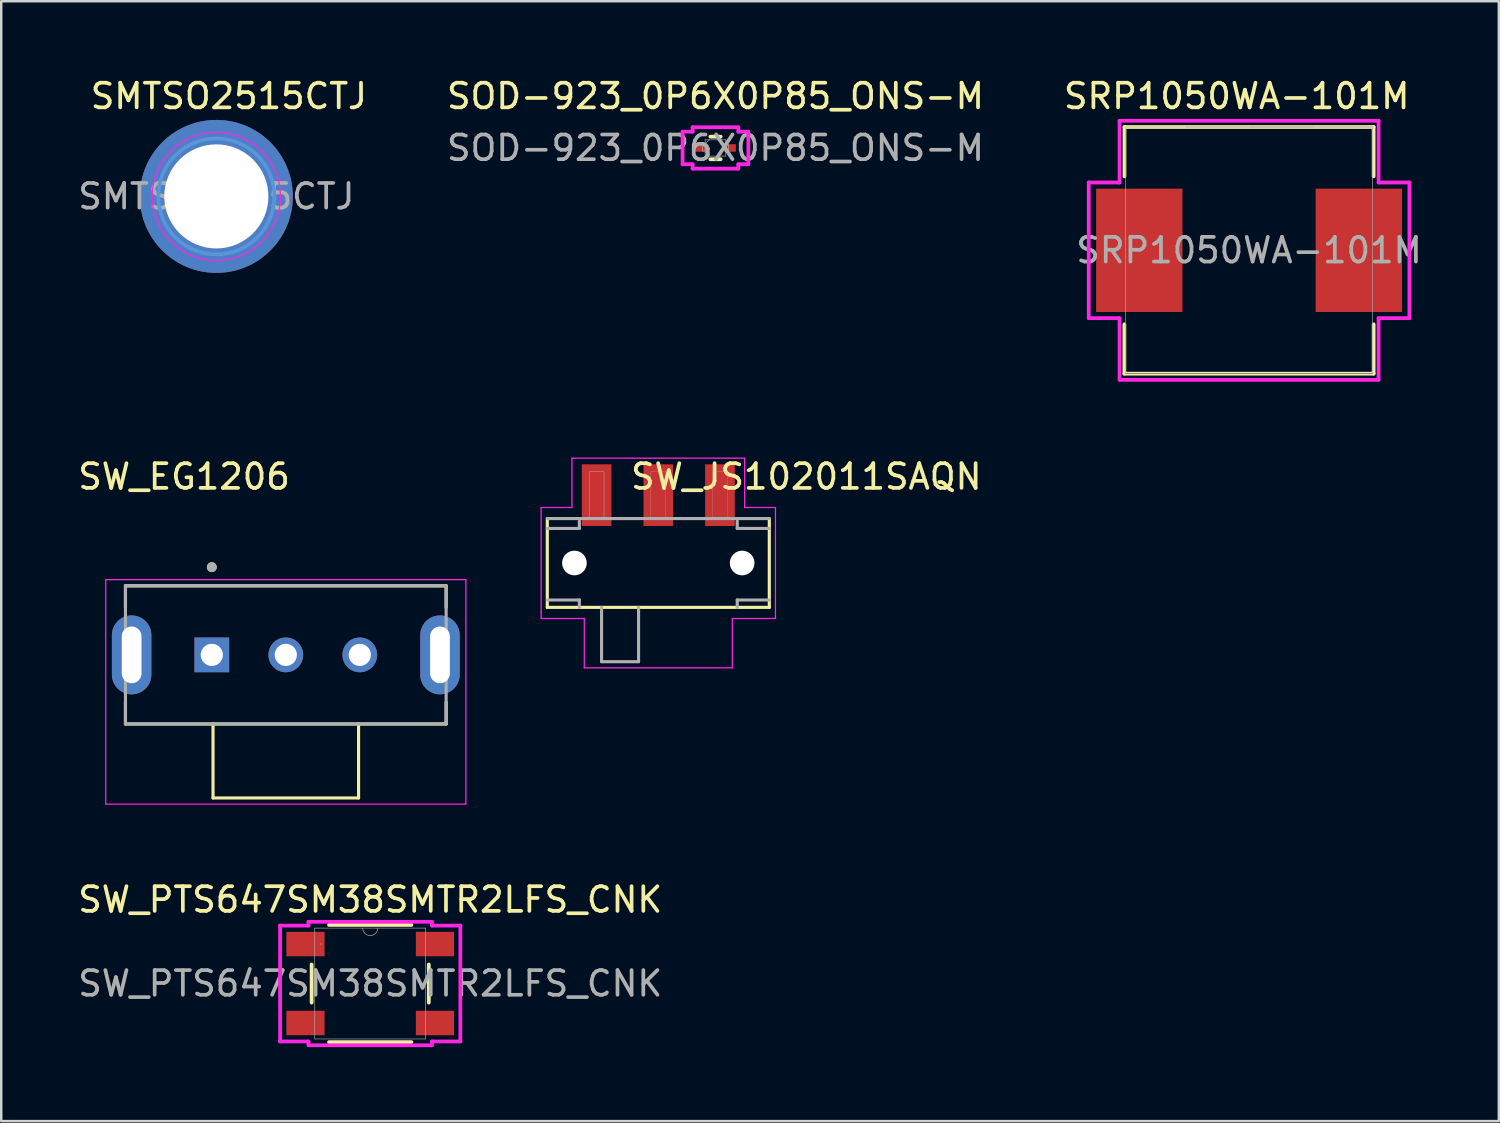
<source format=kicad_pcb>
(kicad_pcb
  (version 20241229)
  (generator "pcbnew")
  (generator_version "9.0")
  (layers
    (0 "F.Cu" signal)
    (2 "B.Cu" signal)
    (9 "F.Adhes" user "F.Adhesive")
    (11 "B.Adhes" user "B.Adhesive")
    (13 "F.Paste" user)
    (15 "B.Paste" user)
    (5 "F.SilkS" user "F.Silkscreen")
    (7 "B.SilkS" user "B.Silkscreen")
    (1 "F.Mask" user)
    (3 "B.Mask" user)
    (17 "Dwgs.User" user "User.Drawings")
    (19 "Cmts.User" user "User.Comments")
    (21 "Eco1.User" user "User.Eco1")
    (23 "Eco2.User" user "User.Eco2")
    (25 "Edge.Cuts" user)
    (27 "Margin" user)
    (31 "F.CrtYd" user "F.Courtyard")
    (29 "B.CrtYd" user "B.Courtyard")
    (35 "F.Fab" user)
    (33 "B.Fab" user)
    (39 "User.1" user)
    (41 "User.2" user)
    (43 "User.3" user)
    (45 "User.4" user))
  (footprint "SW_EG1206"
    (layer "F.Cu")
    (at 8.536 23.498)
    (property "Reference" "SW_EG1206" (at -4.125 -7.225 0) (layer "F.SilkS") (effects (font (size 1 1) (thickness 0.15))))
    (attr through_hole)
    (fp_line (start -6.5 -2.8) (end 6.5 -2.8) (stroke (width 0.127) (type solid)) (layer "F.SilkS"))
    (fp_line (start -6.5 -1.92) (end -6.5 -2.8) (stroke (width 0.127) (type solid)) (layer "F.SilkS"))
    (fp_line (start -6.5 2.8) (end -6.5 1.92) (stroke (width 0.127) (type solid)) (layer "F.SilkS"))
    (fp_line (start -2.95 2.8) (end -6.5 2.8) (stroke (width 0.127) (type solid)) (layer "F.SilkS"))
    (fp_line (start -2.95 2.8) (end -2.95 5.8) (stroke (width 0.127) (type solid)) (layer "F.SilkS"))
    (fp_line (start -2.95 5.8) (end 2.95 5.8) (stroke (width 0.127) (type solid)) (layer "F.SilkS"))
    (fp_line (start 2.95 2.8) (end -2.95 2.8) (stroke (width 0.127) (type solid)) (layer "F.SilkS"))
    (fp_line (start 2.95 5.8) (end 2.95 2.8) (stroke (width 0.127) (type solid)) (layer "F.SilkS"))
    (fp_line (start 6.5 -2.8) (end 6.5 -1.92) (stroke (width 0.127) (type solid)) (layer "F.SilkS"))
    (fp_line (start 6.5 2.8) (end 2.95 2.8) (stroke (width 0.127) (type solid)) (layer "F.SilkS"))
    (fp_line (start 6.5 2.8) (end 6.5 1.92) (stroke (width 0.127) (type solid)) (layer "F.SilkS"))
    (fp_circle (center -3 -3.556) (end -2.9 -3.556) (stroke (width 0.2) (type solid)) (fill no) (layer "F.SilkS"))
    (fp_line (start -7.3 -3.05) (end -7.3 6.05) (stroke (width 0.05) (type solid)) (layer "F.CrtYd"))
    (fp_line (start -7.3 6.05) (end 7.3 6.05) (stroke (width 0.05) (type solid)) (layer "F.CrtYd"))
    (fp_line (start 7.3 -3.05) (end -7.3 -3.05) (stroke (width 0.05) (type solid)) (layer "F.CrtYd"))
    (fp_line (start 7.3 6.05) (end 7.3 -3.05) (stroke (width 0.05) (type solid)) (layer "F.CrtYd"))
    (fp_line (start -6.5 -2.8) (end 6.5 -2.8) (stroke (width 0.127) (type solid)) (layer "F.Fab"))
    (fp_line (start -6.5 2.8) (end -6.5 -2.8) (stroke (width 0.127) (type solid)) (layer "F.Fab"))
    (fp_line (start -2.95 2.8) (end -6.5 2.8) (stroke (width 0.127) (type solid)) (layer "F.Fab"))
    (fp_line (start 2.95 2.8) (end -2.95 2.8) (stroke (width 0.127) (type solid)) (layer "F.Fab"))
    (fp_line (start 6.5 -2.8) (end 6.5 2.8) (stroke (width 0.127) (type solid)) (layer "F.Fab"))
    (fp_line (start 6.5 2.8) (end 2.95 2.8) (stroke (width 0.127) (type solid)) (layer "F.Fab"))
    (fp_circle (center -3 -3.556) (end -2.9 -3.556) (stroke (width 0.2) (type solid)) (fill no) (layer "F.Fab"))
    (pad "1" thru_hole rect (at -3 0) (size 1.408 1.408) (drill 0.9) (layers "*.Cu" "*.Mask"))
    (pad "2" thru_hole circle (at 0 0) (size 1.408 1.408) (drill 0.9) (layers "*.Cu" "*.Mask"))
    (pad "3" thru_hole circle (at 3 0) (size 1.408 1.408) (drill 0.9) (layers "*.Cu" "*.Mask"))
    (pad "SH1" thru_hole oval (at -6.25 0) (size 1.6 3.2) (drill oval 0.8 2.3) (layers "*.Cu" "*.Mask"))
    (pad "SH2" thru_hole oval (at 6.25 0) (size 1.6 3.2) (drill oval 0.8 2.3) (layers "*.Cu" "*.Mask")))
  (footprint "SMTSO2515CTJ"
    (layer "F.Cu")
    (at 5.72 4.912)
    (property "Reference" "SMTSO2515CTJ" (at 0.508 -4.064 0) (layer "F.SilkS") (effects (font (size 1 1) (thickness 0.15))))
    (fp_circle (center 0 0) (end 2.09 0) (stroke (width 0.01) (type solid)) (fill yes) (layer "B.Mask"))
    (fp_line (start -2.99 -0.254) (end -2.2 -0.254) (stroke (width 0.2) (type default)) (layer "F.Paste"))
    (fp_line (start -2.99 0.254) (end -2.2 0.254) (stroke (width 0.2) (type default)) (layer "F.Paste"))
    (fp_line (start -0.254 -2.2) (end -0.254 -2.99) (stroke (width 0.2) (type default)) (layer "F.Paste"))
    (fp_line (start -0.254 2.2) (end -0.254 2.99) (stroke (width 0.2) (type default)) (layer "F.Paste"))
    (fp_line (start 0.254 -2.2) (end 0.254 -2.99) (stroke (width 0.2) (type default)) (layer "F.Paste"))
    (fp_line (start 0.254 2.2) (end 0.254 2.99) (stroke (width 0.2) (type default)) (layer "F.Paste"))
    (fp_line (start 2.99 -0.254) (end 2.2 -0.254) (stroke (width 0.2) (type default)) (layer "F.Paste"))
    (fp_line (start 2.99 0.254) (end 2.2 0.254) (stroke (width 0.2) (type default)) (layer "F.Paste"))
    (fp_arc (start -2.99 -0.254) (mid -2.126682 -2.126682) (end -0.254 -2.99) (stroke (width 0.2) (type default)) (layer "F.Paste"))
    (fp_arc (start -2.55 -0.55) (mid -1.8653 -1.8653) (end -0.55 -2.55) (stroke (width 0.77) (type default)) (layer "F.Paste"))
    (fp_arc (start -2.2 -0.254) (mid -1.557289 -1.557288) (end -0.254 -2.2) (stroke (width 0.2) (type default)) (layer "F.Paste"))
    (fp_arc (start -0.55 2.55) (mid -1.865301 1.865301) (end -2.55 0.55) (stroke (width 0.77) (type default)) (layer "F.Paste"))
    (fp_arc (start -0.254 2.2) (mid -1.55729 1.557289) (end -2.2 0.254) (stroke (width 0.2) (type default)) (layer "F.Paste"))
    (fp_arc (start -0.254 2.99) (mid -2.126684 2.126683) (end -2.99 0.254) (stroke (width 0.2) (type default)) (layer "F.Paste"))
    (fp_arc (start 0.254 -2.99) (mid 2.126682 -2.126682) (end 2.99 -0.254) (stroke (width 0.2) (type default)) (layer "F.Paste"))
    (fp_arc (start 0.254 -2.2) (mid 1.557289 -1.557289) (end 2.2 -0.254) (stroke (width 0.2) (type default)) (layer "F.Paste"))
    (fp_arc (start 0.55 -2.55) (mid 1.8653 -1.8653) (end 2.55 -0.55) (stroke (width 0.77) (type default)) (layer "F.Paste"))
    (fp_arc (start 2.2 0.254) (mid 1.557288 1.557288) (end 0.254 2.2) (stroke (width 0.2) (type default)) (layer "F.Paste"))
    (fp_arc (start 2.55 0.55) (mid 1.8653 1.8653) (end 0.55 2.55) (stroke (width 0.77) (type default)) (layer "F.Paste"))
    (fp_arc (start 2.99 0.254) (mid 2.126682 2.126682) (end 0.254 2.99) (stroke (width 0.2) (type default)) (layer "F.Paste"))
    (fp_circle (center 0 0) (end 2.35 0) (stroke (width 0.15) (type solid)) (fill no) (layer "Cmts.User"))
    (fp_circle (center 0 0) (end 2.6 0) (stroke (width 0.05) (type solid)) (fill no) (layer "F.CrtYd"))
    (fp_text user "${REFERENCE}" (at 0 0 0) (layer "F.Fab") (effects (font (size 1 1) (thickness 0.15))))
    (pad "1" thru_hole circle (at 0 0) (size 6.2 6.2) (drill 4.22) (layers "*.Cu" "F.Mask")))
  (footprint "SW_PTS647SM38SMTR2LFS_CNK"
    (layer "F.Cu")
    (at 11.958 36.821)
    (property "Reference" "SW_PTS647SM38SMTR2LFS_CNK" (at 0 -3.4 0) (unlocked yes) (layer "F.SilkS") (effects (font (size 1 1) (thickness 0.15))))
    (attr smd)
    (fp_line (start -2.375 -0.772) (end -2.375 0.772) (stroke (width 0.152) (type solid)) (layer "F.SilkS"))
    (fp_line (start -1.67 2.375) (end 1.67 2.375) (stroke (width 0.152) (type solid)) (layer "F.SilkS"))
    (fp_line (start 1.67 -2.375) (end -1.67 -2.375) (stroke (width 0.152) (type solid)) (layer "F.SilkS"))
    (fp_line (start 2.375 0.772) (end 2.375 -0.772) (stroke (width 0.152) (type solid)) (layer "F.SilkS"))
    (fp_line (start -3.654 -2.349) (end -2.502 -2.349) (stroke (width 0.152) (type solid)) (layer "F.CrtYd"))
    (fp_line (start -3.654 2.349) (end -3.654 -2.349) (stroke (width 0.152) (type solid)) (layer "F.CrtYd"))
    (fp_line (start -3.654 2.349) (end -2.502 2.349) (stroke (width 0.152) (type solid)) (layer "F.CrtYd"))
    (fp_line (start -2.502 -2.502) (end 2.502 -2.502) (stroke (width 0.152) (type solid)) (layer "F.CrtYd"))
    (fp_line (start -2.502 -2.349) (end -2.502 -2.502) (stroke (width 0.152) (type solid)) (layer "F.CrtYd"))
    (fp_line (start -2.502 2.502) (end -2.502 2.349) (stroke (width 0.152) (type solid)) (layer "F.CrtYd"))
    (fp_line (start 2.502 -2.502) (end 2.502 -2.349) (stroke (width 0.152) (type solid)) (layer "F.CrtYd"))
    (fp_line (start 2.502 2.349) (end 2.502 2.502) (stroke (width 0.152) (type solid)) (layer "F.CrtYd"))
    (fp_line (start 2.502 2.502) (end -2.502 2.502) (stroke (width 0.152) (type solid)) (layer "F.CrtYd"))
    (fp_line (start 3.654 -2.349) (end 2.502 -2.349) (stroke (width 0.152) (type solid)) (layer "F.CrtYd"))
    (fp_line (start 3.654 -2.349) (end 3.654 2.349) (stroke (width 0.152) (type solid)) (layer "F.CrtYd"))
    (fp_line (start 3.654 2.349) (end 2.502 2.349) (stroke (width 0.152) (type solid)) (layer "F.CrtYd"))
    (fp_line (start -2.248 -2.248) (end -2.248 2.248) (stroke (width 0.025) (type solid)) (layer "F.Fab"))
    (fp_line (start -2.248 2.248) (end 2.248 2.248) (stroke (width 0.025) (type solid)) (layer "F.Fab"))
    (fp_line (start 2.248 -2.248) (end -2.248 -2.248) (stroke (width 0.025) (type solid)) (layer "F.Fab"))
    (fp_line (start 2.248 2.248) (end 2.248 -2.248) (stroke (width 0.025) (type solid)) (layer "F.Fab"))
    (fp_arc (start 0.3048 -2.2479) (mid 0 -1.9431) (end -0.3048 -2.2479) (stroke (width 0.0254) (type solid)) (layer "F.Fab"))
    (fp_circle (center -1.994 -1.6) (end -1.994 -1.6) (stroke (width 0.025) (type solid)) (fill no) (layer "F.Fab"))
    (fp_text user "${REFERENCE}" (at 0 0 0) (unlocked yes) (layer "F.Fab") (effects (font (size 1 1) (thickness 0.15))))
    (pad "1" smd rect (at -2.625 -1.6) (size 1.549 0.991) (layers "F.Cu" "F.Mask" "F.Paste"))
    (pad "2" smd rect (at 2.625 -1.6) (size 1.549 0.991) (layers "F.Cu" "F.Mask" "F.Paste"))
    (pad "3" smd rect (at -2.625 1.6) (size 1.549 0.991) (layers "F.Cu" "F.Mask" "F.Paste"))
    (pad "4" smd rect (at 2.625 1.6) (size 1.549 0.991) (layers "F.Cu" "F.Mask" "F.Paste")))
  (footprint "SOD-923_0P6X0P85_ONS-M"
    (layer "F.Cu")
    (at 25.954 2.948)
    (property "Reference" "SOD-923_0P6X0P85_ONS-M" (at 0 -2.1 0) (unlocked yes) (layer "F.SilkS") (effects (font (size 1 1) (thickness 0.15))))
    (attr smd)
    (fp_line (start -0.209 0.457) (end 0.209 0.457) (stroke (width 0.152) (type solid)) (layer "F.SilkS"))
    (fp_line (start 0.209 -0.457) (end -0.209 -0.457) (stroke (width 0.152) (type solid)) (layer "F.SilkS"))
    (fp_line (start -1.333 -0.66) (end -0.927 -0.66) (stroke (width 0.152) (type solid)) (layer "F.CrtYd"))
    (fp_line (start -1.333 0.66) (end -1.333 -0.66) (stroke (width 0.152) (type solid)) (layer "F.CrtYd"))
    (fp_line (start -0.927 -0.838) (end 0.927 -0.838) (stroke (width 0.152) (type solid)) (layer "F.CrtYd"))
    (fp_line (start -0.927 -0.66) (end -0.927 -0.838) (stroke (width 0.152) (type solid)) (layer "F.CrtYd"))
    (fp_line (start -0.927 0.66) (end -1.333 0.66) (stroke (width 0.152) (type solid)) (layer "F.CrtYd"))
    (fp_line (start -0.927 0.838) (end -0.927 0.66) (stroke (width 0.152) (type solid)) (layer "F.CrtYd"))
    (fp_line (start 0.927 -0.838) (end 0.927 -0.66) (stroke (width 0.152) (type solid)) (layer "F.CrtYd"))
    (fp_line (start 0.927 -0.66) (end 1.333 -0.66) (stroke (width 0.152) (type solid)) (layer "F.CrtYd"))
    (fp_line (start 0.927 0.66) (end 0.927 0.838) (stroke (width 0.152) (type solid)) (layer "F.CrtYd"))
    (fp_line (start 0.927 0.838) (end -0.927 0.838) (stroke (width 0.152) (type solid)) (layer "F.CrtYd"))
    (fp_line (start 1.333 -0.66) (end 1.333 0.66) (stroke (width 0.152) (type solid)) (layer "F.CrtYd"))
    (fp_line (start 1.333 0.66) (end 0.927 0.66) (stroke (width 0.152) (type solid)) (layer "F.CrtYd"))
    (fp_line (start -0.521 -0.127) (end -0.521 0.127) (stroke (width 0.025) (type solid)) (layer "F.Fab"))
    (fp_line (start -0.521 0.127) (end -0.419 0.127) (stroke (width 0.025) (type solid)) (layer "F.Fab"))
    (fp_line (start -0.419 -0.33) (end -0.419 0.33) (stroke (width 0.025) (type solid)) (layer "F.Fab"))
    (fp_line (start -0.419 -0.165) (end -0.254 -0.33) (stroke (width 0.025) (type solid)) (layer "F.Fab"))
    (fp_line (start -0.419 -0.127) (end -0.521 -0.127) (stroke (width 0.025) (type solid)) (layer "F.Fab"))
    (fp_line (start -0.419 0.127) (end -0.419 -0.127) (stroke (width 0.025) (type solid)) (layer "F.Fab"))
    (fp_line (start -0.419 0.165) (end -0.254 0.33) (stroke (width 0.025) (type solid)) (layer "F.Fab"))
    (fp_line (start -0.419 0.33) (end 0.419 0.33) (stroke (width 0.025) (type solid)) (layer "F.Fab"))
    (fp_line (start 0.419 -0.33) (end -0.419 -0.33) (stroke (width 0.025) (type solid)) (layer "F.Fab"))
    (fp_line (start 0.419 -0.127) (end 0.419 0.127) (stroke (width 0.025) (type solid)) (layer "F.Fab"))
    (fp_line (start 0.419 0.127) (end 0.521 0.127) (stroke (width 0.025) (type solid)) (layer "F.Fab"))
    (fp_line (start 0.419 0.33) (end 0.419 -0.33) (stroke (width 0.025) (type solid)) (layer "F.Fab"))
    (fp_line (start 0.521 -0.127) (end 0.419 -0.127) (stroke (width 0.025) (type solid)) (layer "F.Fab"))
    (fp_line (start 0.521 0.127) (end 0.521 -0.127) (stroke (width 0.025) (type solid)) (layer "F.Fab"))
    (fp_text user "${REFERENCE}" (at 0 0 0) (unlocked yes) (layer "F.Fab") (effects (font (size 1 1) (thickness 0.15))))
    (pad "1" smd rect (at -0.584 0) (size 0.483 0.305) (layers "F.Cu" "F.Mask" "F.Paste"))
    (pad "2" smd rect (at 0.584 0) (size 0.483 0.305) (layers "F.Cu" "F.Mask" "F.Paste"))
    (zone (net_name "") (layer "F.Cu") (hatch full 0.508) (connect_pads) (min_thickness 0.254) (filled_areas_thickness no) (keepout (tracks not_allowed) (vias not_allowed) (pads allowed) (copperpour not_allowed) (footprints allowed)) (placement (enabled no)) (fill) (polygon (pts (xy 25.662 2.669) (xy 26.247 2.669) (xy 26.247 3.228) (xy 25.662 3.228)))))
  (footprint "SW_JS102011SAQN"
    (layer "F.Cu")
    (at 23.636 19.773)
    (property "Reference" "SW_JS102011SAQN" (at 6 -3.5 180) (layer "F.SilkS") (effects (font (size 1.001 1.001) (thickness 0.15))))
    (attr smd)
    (fp_line (start -4.5 -1.8) (end -4.5 1.8) (stroke (width 0.127) (type solid)) (layer "F.SilkS"))
    (fp_line (start -4.5 1.8) (end 4.5 1.8) (stroke (width 0.127) (type solid)) (layer "F.SilkS"))
    (fp_line (start 4.5 -1.8) (end 4.5 1.8) (stroke (width 0.127) (type solid)) (layer "F.SilkS"))
    (fp_line (start -4.75 -2.25) (end -4.75 2) (stroke (width 0.05) (type default)) (layer "F.CrtYd"))
    (fp_line (start -4.75 2) (end -4.75 2.25) (stroke (width 0.05) (type default)) (layer "F.CrtYd"))
    (fp_line (start -4.75 2.25) (end -3 2.25) (stroke (width 0.05) (type default)) (layer "F.CrtYd"))
    (fp_line (start -3.5 -4.25) (end -3.5 -2.25) (stroke (width 0.05) (type default)) (layer "F.CrtYd"))
    (fp_line (start -3.5 -2.25) (end -4.75 -2.25) (stroke (width 0.05) (type default)) (layer "F.CrtYd"))
    (fp_line (start -3 2.25) (end -3 4.25) (stroke (width 0.05) (type default)) (layer "F.CrtYd"))
    (fp_line (start -3 4.25) (end 3 4.25) (stroke (width 0.05) (type default)) (layer "F.CrtYd"))
    (fp_line (start 3 2.25) (end 4.75 2.25) (stroke (width 0.05) (type default)) (layer "F.CrtYd"))
    (fp_line (start 3 4.25) (end 3 2.25) (stroke (width 0.05) (type default)) (layer "F.CrtYd"))
    (fp_line (start 3.5 -4.25) (end -3.5 -4.25) (stroke (width 0.05) (type default)) (layer "F.CrtYd"))
    (fp_line (start 3.5 -2.25) (end 3.5 -4.25) (stroke (width 0.05) (type default)) (layer "F.CrtYd"))
    (fp_line (start 4.75 -2.25) (end 3.5 -2.25) (stroke (width 0.05) (type default)) (layer "F.CrtYd"))
    (fp_line (start 4.75 2.25) (end 4.75 -2.25) (stroke (width 0.05) (type default)) (layer "F.CrtYd"))
    (fp_line (start -4.5 -1.8) (end 4.5 -1.8) (stroke (width 0.127) (type solid)) (layer "F.Fab"))
    (fp_line (start -4.5 -1.4) (end -3.2 -1.4) (stroke (width 0.127) (type solid)) (layer "F.Fab"))
    (fp_line (start -4.5 1.5) (end -3.2 1.5) (stroke (width 0.127) (type solid)) (layer "F.Fab"))
    (fp_line (start -3.2 -1.7) (end -3.2 -1.4) (stroke (width 0.127) (type solid)) (layer "F.Fab"))
    (fp_line (start -3.2 1.5) (end -3.2 1.8) (stroke (width 0.127) (type solid)) (layer "F.Fab"))
    (fp_line (start -2.3 1.8) (end -2.3 4) (stroke (width 0.127) (type solid)) (layer "F.Fab"))
    (fp_line (start -2.3 4) (end -0.8 4) (stroke (width 0.127) (type solid)) (layer "F.Fab"))
    (fp_line (start -0.8 4) (end -0.8 1.8) (stroke (width 0.127) (type solid)) (layer "F.Fab"))
    (fp_line (start 3.2 -1.7) (end 3.2 -1.4) (stroke (width 0.127) (type solid)) (layer "F.Fab"))
    (fp_line (start 3.2 -1.4) (end 4.5 -1.4) (stroke (width 0.127) (type solid)) (layer "F.Fab"))
    (fp_line (start 3.2 1.5) (end 3.2 1.8) (stroke (width 0.127) (type solid)) (layer "F.Fab"))
    (fp_line (start 3.2 1.5) (end 4.5 1.5) (stroke (width 0.127) (type solid)) (layer "F.Fab"))
    (fp_poly (pts (xy -2.801 -3.7) (xy -2.2 -3.7) (xy -2.2 -1.801) (xy -2.801 -1.801)) (stroke (width 0.01) (type solid)) (fill no) (layer "F.Fab"))
    (fp_poly (pts (xy -2.801 -3.7) (xy -2.2 -3.7) (xy -2.2 -1.801) (xy -2.801 -1.801)) (stroke (width 0.01) (type solid)) (fill no) (layer "F.Fab"))
    (fp_poly (pts (xy -0.3 -3.7) (xy 0.3 -3.7) (xy 0.3 -1.8) (xy -0.3 -1.8)) (stroke (width 0.01) (type solid)) (fill no) (layer "F.Fab"))
    (fp_poly (pts (xy 2.204 -3.7) (xy 2.8 -3.7) (xy 2.8 -1.803) (xy 2.204 -1.803)) (stroke (width 0.01) (type solid)) (fill no) (layer "F.Fab"))
    (pad "" np_thru_hole circle (at -3.4 0) (size 1 1) (drill 1) (layers "*.Cu" "*.Mask"))
    (pad "" np_thru_hole circle (at 3.4 0) (size 1 1) (drill 1) (layers "*.Cu" "*.Mask"))
    (pad "1" smd rect (at -2.5 -2.75) (size 1.2 2.5) (layers "F.Cu" "F.Mask" "F.Paste"))
    (pad "2" smd rect (at 0 -2.75) (size 1.2 2.5) (layers "F.Cu" "F.Mask" "F.Paste"))
    (pad "3" smd rect (at 2.5 -2.75) (size 1.2 2.5) (layers "F.Cu" "F.Mask" "F.Paste")))
  (footprint "SRP1050WA-101M"
    (layer "F.Cu")
    (at 47.585 7.098)
    (property "Reference" "SRP1050WA-101M" (at -0.5 -6.25 0) (unlocked yes) (layer "F.SilkS") (effects (font (size 1 1) (thickness 0.15))))
    (attr smd)
    (fp_line (start -5.055 5) (end -5.055 3) (stroke (width 0.152) (type solid)) (layer "F.SilkS"))
    (fp_line (start -5.05 -5) (end 5.05 -5) (stroke (width 0.152) (type solid)) (layer "F.SilkS"))
    (fp_line (start -5.05 -3) (end -5.05 -5) (stroke (width 0.152) (type solid)) (layer "F.SilkS"))
    (fp_line (start 5.05 -3) (end 5.05 -5) (stroke (width 0.152) (type solid)) (layer "F.SilkS"))
    (fp_line (start 5.05 5) (end -5.055 5) (stroke (width 0.152) (type solid)) (layer "F.SilkS"))
    (fp_line (start 5.05 5) (end 5.05 3) (stroke (width 0.152) (type solid)) (layer "F.SilkS"))
    (fp_line (start -6.5 -2.75) (end -5.25 -2.75) (stroke (width 0.152) (type solid)) (layer "F.CrtYd"))
    (fp_line (start -6.5 2.75) (end -6.5 -2.75) (stroke (width 0.152) (type solid)) (layer "F.CrtYd"))
    (fp_line (start -6.5 2.75) (end -5.25 2.75) (stroke (width 0.152) (type solid)) (layer "F.CrtYd"))
    (fp_line (start -5.25 -5.25) (end -5.25 -2.75) (stroke (width 0.152) (type solid)) (layer "F.CrtYd"))
    (fp_line (start -5.25 -5.25) (end 5.25 -5.25) (stroke (width 0.152) (type solid)) (layer "F.CrtYd"))
    (fp_line (start -5.25 5.25) (end -5.25 2.75) (stroke (width 0.152) (type solid)) (layer "F.CrtYd"))
    (fp_line (start -5.25 5.25) (end 5.25 5.25) (stroke (width 0.152) (type solid)) (layer "F.CrtYd"))
    (fp_line (start 5.25 -5.25) (end 5.25 -2.75) (stroke (width 0.152) (type solid)) (layer "F.CrtYd"))
    (fp_line (start 5.25 -2.75) (end 6.5 -2.75) (stroke (width 0.152) (type solid)) (layer "F.CrtYd"))
    (fp_line (start 5.25 2.75) (end 5.25 5.25) (stroke (width 0.152) (type solid)) (layer "F.CrtYd"))
    (fp_line (start 5.25 2.75) (end 6.5 2.75) (stroke (width 0.152) (type solid)) (layer "F.CrtYd"))
    (fp_line (start 6.5 -2.75) (end 6.5 2.75) (stroke (width 0.152) (type solid)) (layer "F.CrtYd"))
    (fp_line (start -5 5) (end 5 5) (stroke (width 0.025) (type solid)) (layer "B.Fab"))
    (fp_line (start -5 -5) (end -5 5) (stroke (width 0.025) (type solid)) (layer "F.Fab"))
    (fp_line (start 0 -5) (end 5 -5) (stroke (width 0.025) (type solid)) (layer "F.Fab"))
    (fp_line (start 2.575 -5) (end -2.575 -5) (stroke (width 0.025) (type solid)) (layer "F.Fab"))
    (fp_line (start 5 -5) (end -5 -5) (stroke (width 0.025) (type solid)) (layer "F.Fab"))
    (fp_line (start 5 5) (end 5 -5) (stroke (width 0.025) (type solid)) (layer "F.Fab"))
    (fp_text user "${REFERENCE}" (at 0 0 0) (unlocked yes) (layer "F.Fab") (effects (font (size 1 1) (thickness 0.15))))
    (pad "1" smd rect (at -4.45 0) (size 3.5 5) (layers "F.Cu" "F.Mask" "F.Paste"))
    (pad "2" smd rect (at 4.45 0) (size 3.5 5) (layers "F.Cu" "F.Mask" "F.Paste")))
  (gr_rect
    (start -3 -3)
    (end 57.71 42.399)
    (stroke (width 0.1) (type default))
    (fill no)
    (layer "Edge.Cuts")))
</source>
